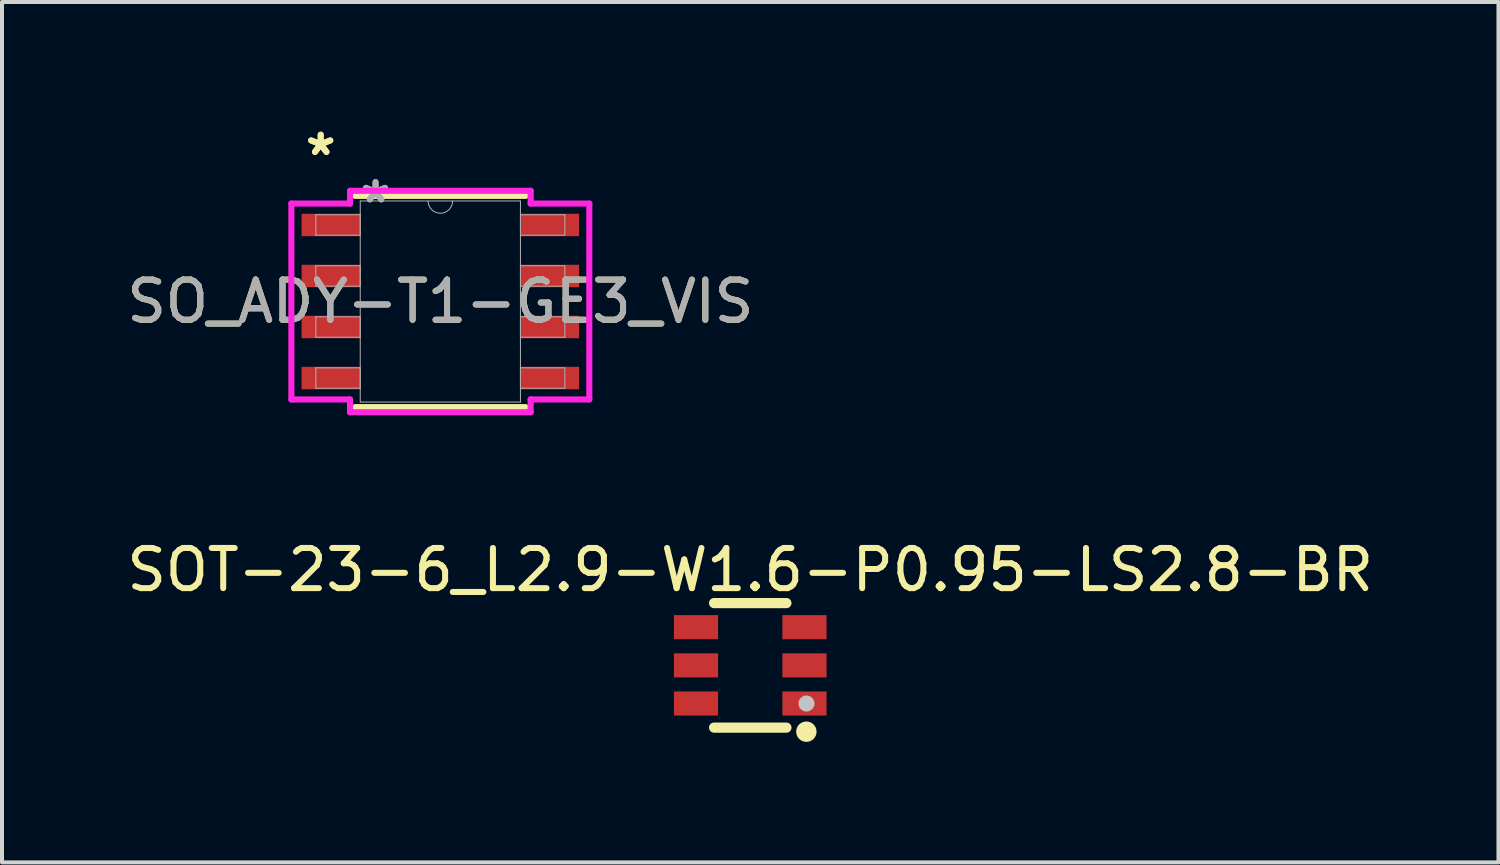
<source format=kicad_pcb>
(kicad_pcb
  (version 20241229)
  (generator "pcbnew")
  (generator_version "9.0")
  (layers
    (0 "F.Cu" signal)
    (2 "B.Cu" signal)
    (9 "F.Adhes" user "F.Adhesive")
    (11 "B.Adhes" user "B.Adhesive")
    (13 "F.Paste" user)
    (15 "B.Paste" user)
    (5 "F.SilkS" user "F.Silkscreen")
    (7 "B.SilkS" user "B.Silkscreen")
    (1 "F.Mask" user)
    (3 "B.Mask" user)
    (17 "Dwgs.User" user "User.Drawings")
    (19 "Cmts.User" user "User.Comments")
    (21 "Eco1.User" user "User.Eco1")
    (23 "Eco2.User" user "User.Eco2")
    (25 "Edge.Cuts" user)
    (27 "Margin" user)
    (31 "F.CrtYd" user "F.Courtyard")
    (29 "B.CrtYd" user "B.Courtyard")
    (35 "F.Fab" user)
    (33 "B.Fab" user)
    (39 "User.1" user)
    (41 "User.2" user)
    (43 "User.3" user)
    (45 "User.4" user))
  (footprint "SOT-23-6_L2.9-W1.6-P0.95-LS2.8-BR"
    (layer "F.Cu")
    (at 15.625 13.512)
    (property "Reference" "SOT-23-6_L2.9-W1.6-P0.95-LS2.8-BR" (at 0 -2.377 0) (layer "F.SilkS") (effects (font (size 1 1) (thickness 0.15))))
    (fp_line (start -0.9 -1.55) (end 0.9 -1.55) (stroke (width 0.254) (type default)) (layer "F.SilkS"))
    (fp_line (start -0.9 1.55) (end 0.9 1.55) (stroke (width 0.254) (type default)) (layer "F.SilkS"))
    (fp_circle (center 1.397 1.651) (end 1.524 1.651) (stroke (width 0.254) (type default)) (fill no) (layer "F.SilkS"))
    (fp_circle (center 1.4 0.95) (end 1.5 0.95) (stroke (width 0.2) (type default)) (fill no) (layer "Dwgs.User"))
    (fp_poly (pts (xy -0.935 -0.735) (xy -0.935 -1.165) (xy -0.79 -1.165) (xy -0.79 -0.735)) (stroke (width 0.1) (type default)) (fill no) (layer "User.1"))
    (fp_poly (pts (xy -0.935 0.215) (xy -0.935 -0.215) (xy -0.79 -0.215) (xy -0.79 0.215)) (stroke (width 0.1) (type default)) (fill no) (layer "User.1"))
    (fp_poly (pts (xy -0.935 1.165) (xy -0.935 0.735) (xy -0.79 0.735) (xy -0.79 1.165)) (stroke (width 0.1) (type default)) (fill no) (layer "User.1"))
    (fp_poly (pts (xy -0.925 -0.735) (xy -0.925 -1.165) (xy -1.4 -1.165) (xy -1.4 -0.735)) (stroke (width 0.1) (type default)) (fill no) (layer "User.1"))
    (fp_poly (pts (xy -0.925 0.215) (xy -0.925 -0.215) (xy -1.4 -0.215) (xy -1.4 0.215)) (stroke (width 0.1) (type default)) (fill no) (layer "User.1"))
    (fp_poly (pts (xy -0.925 1.165) (xy -0.925 0.735) (xy -1.4 0.735) (xy -1.4 1.165)) (stroke (width 0.1) (type default)) (fill no) (layer "User.1"))
    (fp_poly (pts (xy 0.925 -0.735) (xy 0.925 -1.165) (xy 1.4 -1.165) (xy 1.4 -0.735)) (stroke (width 0.1) (type default)) (fill no) (layer "User.1"))
    (fp_poly (pts (xy 0.925 0.215) (xy 0.925 -0.215) (xy 1.4 -0.215) (xy 1.4 0.215)) (stroke (width 0.1) (type default)) (fill no) (layer "User.1"))
    (fp_poly (pts (xy 0.925 1.165) (xy 0.925 0.735) (xy 1.4 0.735) (xy 1.4 1.165)) (stroke (width 0.1) (type default)) (fill no) (layer "User.1"))
    (fp_poly (pts (xy 0.935 -1.165) (xy 0.935 -0.735) (xy 0.79 -0.735) (xy 0.79 -1.165)) (stroke (width 0.1) (type default)) (fill no) (layer "User.1"))
    (fp_poly (pts (xy 0.935 -0.215) (xy 0.935 0.215) (xy 0.79 0.215) (xy 0.79 -0.215)) (stroke (width 0.1) (type default)) (fill no) (layer "User.1"))
    (fp_poly (pts (xy 0.935 0.735) (xy 0.935 1.165) (xy 0.79 1.165) (xy 0.79 0.735)) (stroke (width 0.1) (type default)) (fill no) (layer "User.1"))
    (fp_line (start -0.8 -1.45) (end 0.8 -1.45) (stroke (width 0.051) (type default)) (layer "User.2"))
    (fp_line (start -0.8 1.45) (end -0.8 -1.45) (stroke (width 0.051) (type default)) (layer "User.2"))
    (fp_line (start 0.8 -1.45) (end 0.8 1.45) (stroke (width 0.051) (type default)) (layer "User.2"))
    (fp_line (start 0.8 1.45) (end -0.8 1.45) (stroke (width 0.051) (type default)) (layer "User.2"))
    (fp_poly (pts (xy 1.46 1.45) (xy 1.442 1.408) (xy 1.4 1.39) (xy 1.358 1.408) (xy 1.34 1.45) (xy 1.358 1.492) (xy 1.4 1.51) (xy 1.442 1.492)) (stroke (width 0.1) (type default)) (fill no) (layer "User.3"))
    (pad "1" smd rect (at 1.35 0.95) (size 1.1 0.6) (layers "F.Cu" "F.Mask" "F.Paste"))
    (pad "2" smd rect (at 1.35 0) (size 1.1 0.6) (layers "F.Cu" "F.Mask" "F.Paste"))
    (pad "3" smd rect (at 1.35 -0.95) (size 1.1 0.6) (layers "F.Cu" "F.Mask" "F.Paste"))
    (pad "4" smd rect (at -1.35 -0.95) (size 1.1 0.6) (layers "F.Cu" "F.Mask" "F.Paste"))
    (pad "5" smd rect (at -1.35 0) (size 1.1 0.6) (layers "F.Cu" "F.Mask" "F.Paste"))
    (pad "6" smd rect (at -1.35 0.95) (size 1.1 0.6) (layers "F.Cu" "F.Mask" "F.Paste")))
  (footprint "SO_ADY-T1-GE3_VIS"
    (layer "F.Cu")
    (at 7.911 4.455)
    (property "Reference" "SO_ADY-T1-GE3_VIS" (at 0 0 0) (unlocked yes) (layer "F.SilkS") (effects (font (size 1 1) (thickness 0.15))))
    (attr smd)
    (fp_line (start -2.121 2.629) (end 2.121 2.629) (stroke (width 0.152) (type solid)) (layer "F.SilkS"))
    (fp_line (start 2.121 -2.629) (end -2.121 -2.629) (stroke (width 0.152) (type solid)) (layer "F.SilkS"))
    (fp_line (start -3.708 -2.438) (end -2.248 -2.438) (stroke (width 0.152) (type solid)) (layer "F.CrtYd"))
    (fp_line (start -3.708 2.438) (end -3.708 -2.438) (stroke (width 0.152) (type solid)) (layer "F.CrtYd"))
    (fp_line (start -3.708 2.438) (end -2.248 2.438) (stroke (width 0.152) (type solid)) (layer "F.CrtYd"))
    (fp_line (start -2.248 -2.756) (end 2.248 -2.756) (stroke (width 0.152) (type solid)) (layer "F.CrtYd"))
    (fp_line (start -2.248 -2.438) (end -2.248 -2.756) (stroke (width 0.152) (type solid)) (layer "F.CrtYd"))
    (fp_line (start -2.248 2.756) (end -2.248 2.438) (stroke (width 0.152) (type solid)) (layer "F.CrtYd"))
    (fp_line (start 2.248 -2.756) (end 2.248 -2.438) (stroke (width 0.152) (type solid)) (layer "F.CrtYd"))
    (fp_line (start 2.248 2.438) (end 2.248 2.756) (stroke (width 0.152) (type solid)) (layer "F.CrtYd"))
    (fp_line (start 2.248 2.756) (end -2.248 2.756) (stroke (width 0.152) (type solid)) (layer "F.CrtYd"))
    (fp_line (start 3.708 -2.438) (end 2.248 -2.438) (stroke (width 0.152) (type solid)) (layer "F.CrtYd"))
    (fp_line (start 3.708 -2.438) (end 3.708 2.438) (stroke (width 0.152) (type solid)) (layer "F.CrtYd"))
    (fp_line (start 3.708 2.438) (end 2.248 2.438) (stroke (width 0.152) (type solid)) (layer "F.CrtYd"))
    (fp_line (start -3.099 -2.159) (end -3.099 -1.651) (stroke (width 0.025) (type solid)) (layer "F.Fab"))
    (fp_line (start -3.099 -1.651) (end -1.994 -1.651) (stroke (width 0.025) (type solid)) (layer "F.Fab"))
    (fp_line (start -3.099 -0.889) (end -3.099 -0.381) (stroke (width 0.025) (type solid)) (layer "F.Fab"))
    (fp_line (start -3.099 -0.381) (end -1.994 -0.381) (stroke (width 0.025) (type solid)) (layer "F.Fab"))
    (fp_line (start -3.099 0.381) (end -3.099 0.889) (stroke (width 0.025) (type solid)) (layer "F.Fab"))
    (fp_line (start -3.099 0.889) (end -1.994 0.889) (stroke (width 0.025) (type solid)) (layer "F.Fab"))
    (fp_line (start -3.099 1.651) (end -3.099 2.159) (stroke (width 0.025) (type solid)) (layer "F.Fab"))
    (fp_line (start -3.099 2.159) (end -1.994 2.159) (stroke (width 0.025) (type solid)) (layer "F.Fab"))
    (fp_line (start -1.994 -2.502) (end -1.994 2.502) (stroke (width 0.025) (type solid)) (layer "F.Fab"))
    (fp_line (start -1.994 -2.159) (end -3.099 -2.159) (stroke (width 0.025) (type solid)) (layer "F.Fab"))
    (fp_line (start -1.994 -1.651) (end -1.994 -2.159) (stroke (width 0.025) (type solid)) (layer "F.Fab"))
    (fp_line (start -1.994 -0.889) (end -3.099 -0.889) (stroke (width 0.025) (type solid)) (layer "F.Fab"))
    (fp_line (start -1.994 -0.381) (end -1.994 -0.889) (stroke (width 0.025) (type solid)) (layer "F.Fab"))
    (fp_line (start -1.994 0.381) (end -3.099 0.381) (stroke (width 0.025) (type solid)) (layer "F.Fab"))
    (fp_line (start -1.994 0.889) (end -1.994 0.381) (stroke (width 0.025) (type solid)) (layer "F.Fab"))
    (fp_line (start -1.994 1.651) (end -3.099 1.651) (stroke (width 0.025) (type solid)) (layer "F.Fab"))
    (fp_line (start -1.994 2.159) (end -1.994 1.651) (stroke (width 0.025) (type solid)) (layer "F.Fab"))
    (fp_line (start -1.994 2.502) (end 1.994 2.502) (stroke (width 0.025) (type solid)) (layer "F.Fab"))
    (fp_line (start 1.994 -2.502) (end -1.994 -2.502) (stroke (width 0.025) (type solid)) (layer "F.Fab"))
    (fp_line (start 1.994 -2.159) (end 1.994 -1.651) (stroke (width 0.025) (type solid)) (layer "F.Fab"))
    (fp_line (start 1.994 -1.651) (end 3.099 -1.651) (stroke (width 0.025) (type solid)) (layer "F.Fab"))
    (fp_line (start 1.994 -0.889) (end 1.994 -0.381) (stroke (width 0.025) (type solid)) (layer "F.Fab"))
    (fp_line (start 1.994 -0.381) (end 3.099 -0.381) (stroke (width 0.025) (type solid)) (layer "F.Fab"))
    (fp_line (start 1.994 0.381) (end 1.994 0.889) (stroke (width 0.025) (type solid)) (layer "F.Fab"))
    (fp_line (start 1.994 0.889) (end 3.099 0.889) (stroke (width 0.025) (type solid)) (layer "F.Fab"))
    (fp_line (start 1.994 1.651) (end 1.994 2.159) (stroke (width 0.025) (type solid)) (layer "F.Fab"))
    (fp_line (start 1.994 2.159) (end 3.099 2.159) (stroke (width 0.025) (type solid)) (layer "F.Fab"))
    (fp_line (start 1.994 2.502) (end 1.994 -2.502) (stroke (width 0.025) (type solid)) (layer "F.Fab"))
    (fp_line (start 3.099 -2.159) (end 1.994 -2.159) (stroke (width 0.025) (type solid)) (layer "F.Fab"))
    (fp_line (start 3.099 -1.651) (end 3.099 -2.159) (stroke (width 0.025) (type solid)) (layer "F.Fab"))
    (fp_line (start 3.099 -0.889) (end 1.994 -0.889) (stroke (width 0.025) (type solid)) (layer "F.Fab"))
    (fp_line (start 3.099 -0.381) (end 3.099 -0.889) (stroke (width 0.025) (type solid)) (layer "F.Fab"))
    (fp_line (start 3.099 0.381) (end 1.994 0.381) (stroke (width 0.025) (type solid)) (layer "F.Fab"))
    (fp_line (start 3.099 0.889) (end 3.099 0.381) (stroke (width 0.025) (type solid)) (layer "F.Fab"))
    (fp_line (start 3.099 1.651) (end 1.994 1.651) (stroke (width 0.025) (type solid)) (layer "F.Fab"))
    (fp_line (start 3.099 2.159) (end 3.099 1.651) (stroke (width 0.025) (type solid)) (layer "F.Fab"))
    (fp_arc (start 0.3048 -2.5019) (mid 0 -2.1971) (end -0.3048 -2.5019) (stroke (width 0.0254) (type solid)) (layer "F.Fab"))
    (fp_text user "*" (at -2.978 -3.607 0) (layer "F.SilkS") (effects (font (size 1 1) (thickness 0.15))))
    (fp_text user "*" (at -2.978 -3.607 0) (unlocked yes) (layer "F.SilkS") (effects (font (size 1 1) (thickness 0.15))))
    (fp_text user "${REFERENCE}" (at 0 0 0) (unlocked yes) (layer "F.Fab") (effects (font (size 1 1) (thickness 0.15))))
    (fp_text user "*" (at -1.613 -2.426 0) (layer "F.Fab") (effects (font (size 1 1) (thickness 0.15))))
    (fp_text user "*" (at -1.613 -2.426 0) (unlocked yes) (layer "F.Fab") (effects (font (size 1 1) (thickness 0.15))))
    (pad "1" smd rect (at -2.724 -1.905) (size 1.46 0.559) (layers "F.Cu" "F.Mask" "F.Paste"))
    (pad "2" smd rect (at -2.724 -0.635) (size 1.46 0.559) (layers "F.Cu" "F.Mask" "F.Paste"))
    (pad "3" smd rect (at -2.724 0.635) (size 1.46 0.559) (layers "F.Cu" "F.Mask" "F.Paste"))
    (pad "4" smd rect (at -2.724 1.905) (size 1.46 0.559) (layers "F.Cu" "F.Mask" "F.Paste"))
    (pad "5" smd rect (at 2.724 1.905) (size 1.46 0.559) (layers "F.Cu" "F.Mask" "F.Paste"))
    (pad "6" smd rect (at 2.724 0.635) (size 1.46 0.559) (layers "F.Cu" "F.Mask" "F.Paste"))
    (pad "7" smd rect (at 2.724 -0.635) (size 1.46 0.559) (layers "F.Cu" "F.Mask" "F.Paste"))
    (pad "8" smd rect (at 2.724 -1.905) (size 1.46 0.559) (layers "F.Cu" "F.Mask" "F.Paste")))
  (gr_rect
    (start -3 -3)
    (end 34.25 18.417)
    (stroke (width 0.1) (type default))
    (fill no)
    (layer "Edge.Cuts")))
</source>
